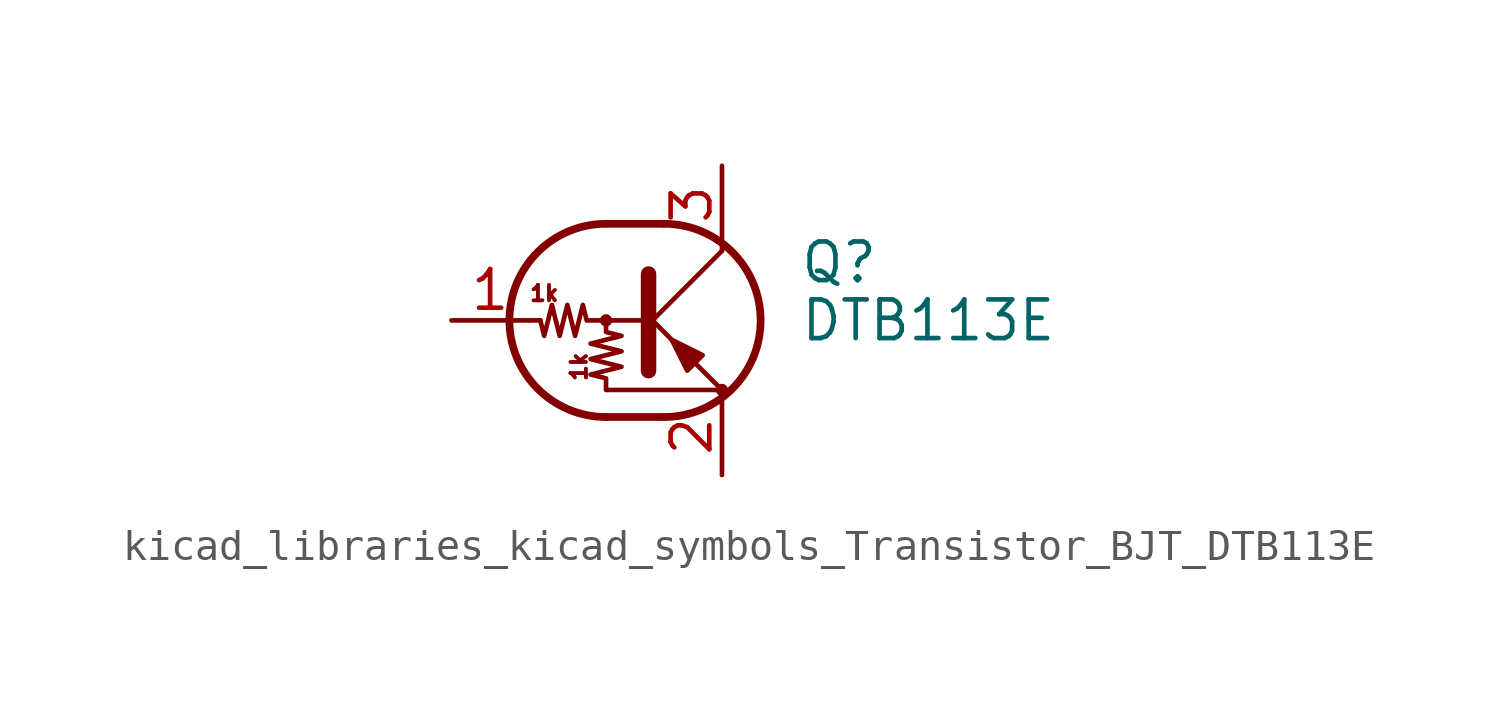
<source format=kicad_sym>
(kicad_symbol_lib
  (version 20220914)
  (generator kicad_symbol_editor)
  (symbol "kicad_libraries_kicad_symbols_Transistor_BJT_DTB113E"
    (pin_names
      (offset 0) hide)
    (property "Reference" "Q"
      (at 5.08 1.905 0)
      (effects (font (size 1.27 1.27)) (justify left)))
    (property "Value" "DTB113E"
      (at 5.08 0 0)
      (effects (font (size 1.27 1.27)) (justify left)))
    (symbol "kicad_libraries_kicad_symbols_Transistor_BJT_DTB113E_0_0"
      (text "1k" (at -3.302 0.889 0) (effects (font (size 0.508 0.508))))
      (text "1k" (at -2.159 -1.524 900) (effects (font (size 0.508 0.508)))))
    (symbol "kicad_libraries_kicad_symbols_Transistor_BJT_DTB113E_0_1"
      (circle (center -1.27 0) (radius 0.127) (stroke (width 0) (type default)) (fill (type none)))
      (arc (start -1.27 3.175) (mid -4.4312 0) (end -1.27 -3.175) (stroke (width 0.254) (type default)) (fill (type none)))
      (polyline (pts (xy -3.429 0) (xy -3.81 0)) (stroke (width 0) (type default)) (fill (type none)))
      (polyline (pts (xy -1.27 -3.175) (xy 0.635 -3.175)) (stroke (width 0.254) (type default)) (fill (type none)))
      (polyline (pts (xy -1.27 3.175) (xy 0.635 3.175)) (stroke (width 0.254) (type default)) (fill (type none)))
      (polyline (pts (xy 0 -0.254) (xy 2.54 2.286)) (stroke (width 0) (type default)) (fill (type none)))
      (polyline (pts (xy 0.127 1.524) (xy 0.127 -1.651)) (stroke (width 0.508) (type default)) (fill (type outline)))
      (polyline (pts (xy 2.54 2.286) (xy 2.54 2.54)) (stroke (width 0) (type default)) (fill (type none)))
      (polyline (pts (xy 2.54 -2.286) (xy 0 0.254) (xy 0 0.254)) (stroke (width 0) (type default)) (fill (type none)))
      (polyline (pts (xy 1.397 -1.651) (xy 1.905 -1.143) (xy 0.889 -0.635) (xy 1.397 -1.651)) (stroke (width 0) (type default)) (fill (type outline)))
      (polyline (pts (xy 0 0) (xy -1.905 0) (xy -2.032 0.508) (xy -2.286 -0.508) (xy -2.54 0.508) (xy -2.794 -0.508) (xy -3.048 0.508) (xy -3.302 -0.508) (xy -3.429 0)) (stroke (width 0) (type default)) (fill (type none)))
      (polyline (pts (xy -1.27 0) (xy -1.27 -0.381) (xy -0.762 -0.508) (xy -1.778 -0.762) (xy -0.762 -1.016) (xy -1.778 -1.27) (xy -0.762 -1.524) (xy -1.778 -1.778) (xy -1.27 -1.905) (xy -1.27 -2.286) (xy 2.54 -2.286)) (stroke (width 0) (type default)) (fill (type none)))
      (arc (start 0.635 -3.175) (mid 3.7962 0) (end 0.635 3.175) (stroke (width 0.254) (type default)) (fill (type none)))
      (circle (center 2.54 -2.286) (radius 0.127) (stroke (width 0) (type default)) (fill (type none))))
    (symbol "kicad_libraries_kicad_symbols_Transistor_BJT_DTB113E_1_1"
      (pin input line (at -6.35 0 0) (length 2.54) (name "B" (effects (font (size 1.27 1.27)))) (number "1" (effects (font (size 1.27 1.27)))))
      (pin passive line (at 2.54 -5.08 90) (length 2.54) (name "E" (effects (font (size 1.27 1.27)))) (number "2" (effects (font (size 1.27 1.27)))))
      (pin passive line (at 2.54 5.08 270) (length 2.54) (name "C" (effects (font (size 1.27 1.27)))) (number "3" (effects (font (size 1.27 1.27))))))))
</source>
